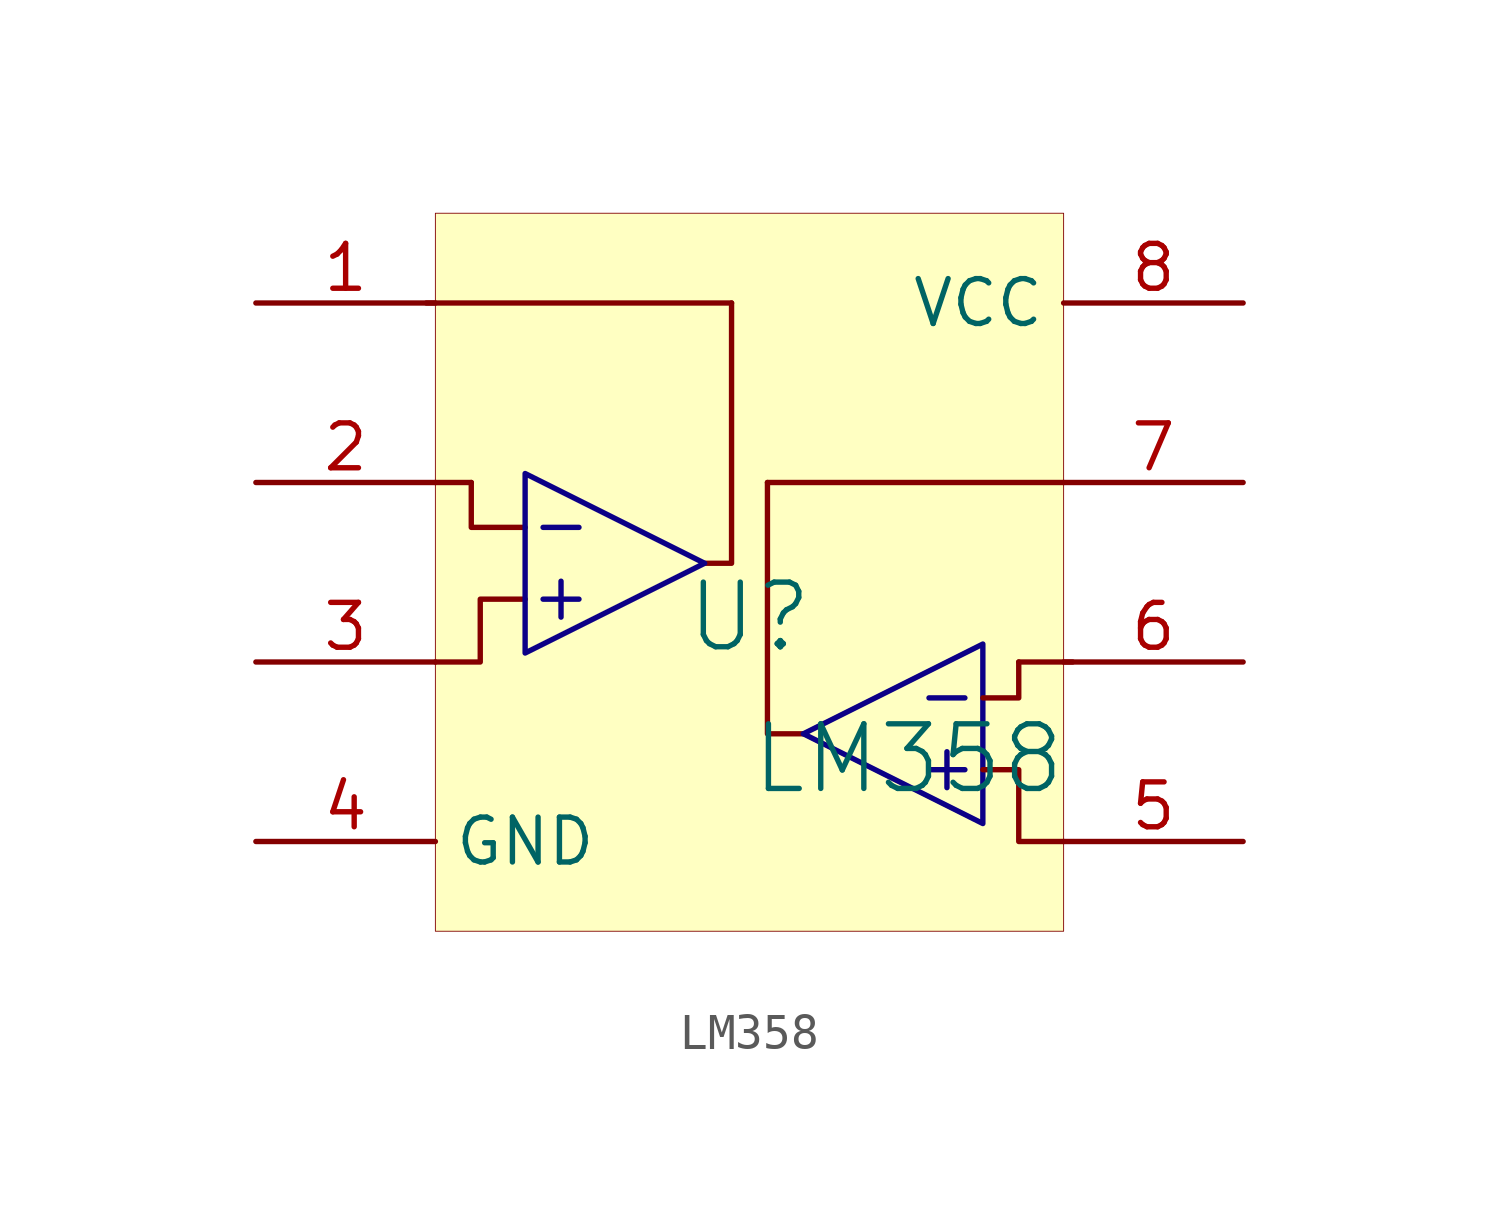
<source format=kicad_sym>
(kicad_symbol_lib
  (version 20241209)
  (generator "kicad_symbol_editor")
  (generator_version "9.0")
  (symbol "LM358"
    (property "Reference" "U"
      (at -1.27 1.27 0)
      (effects (font (size 1.829 1.829))))
    (property "Value" "LM358"
      (at -1.27 -3.81 0)
      (effects (font (size 1.829 1.829)) (justify left bottom)))
    (symbol "LM358_1_0"
      (polyline (pts (xy -10.414 10.16) (xy -1.778 10.16)) (stroke (width 0) (type solid)) (fill (type none)))
      (polyline (pts (xy -10.16 5.08) (xy -9.144 5.08)) (stroke (width 0) (type solid)) (fill (type none)))
      (polyline (pts (xy -7.62 3.81) (xy -9.144 3.81) (xy -9.144 5.08)) (stroke (width 0) (type solid)) (fill (type none)))
      (polyline (pts (xy -7.62 1.778) (xy -8.89 1.778) (xy -8.89 0) (xy -10.16 0)) (stroke (width 0) (type solid)) (fill (type none)))
      (polyline (pts (xy -7.112 3.81) (xy -6.096 3.81)) (stroke (width 0) (type solid) (color 12 0 135 1)) (fill (type none)))
      (polyline (pts (xy -7.112 1.778) (xy -6.096 1.778)) (stroke (width 0) (type solid) (color 12 0 135 1)) (fill (type none)))
      (polyline (pts (xy -6.604 1.27) (xy -6.604 2.286)) (stroke (width 0) (type solid) (color 12 0 135 1)) (fill (type none)))
      (polyline (pts (xy -2.54 2.794) (xy -1.778 2.794) (xy -1.778 10.16)) (stroke (width 0) (type solid)) (fill (type none)))
      (polyline (pts (xy -2.54 2.794) (xy -7.62 0.254) (xy -7.62 5.334) (xy -2.54 2.794)) (stroke (width 0) (type solid) (color 12 0 135 1)) (fill (type none)))
      (polyline (pts (xy 0.254 -2.032) (xy -0.762 -2.032) (xy -0.762 5.08)) (stroke (width 0) (type solid)) (fill (type none)))
      (polyline (pts (xy 0.254 -2.032) (xy 5.334 -4.572) (xy 5.334 0.508) (xy 0.254 -2.032)) (stroke (width 0) (type solid) (color 12 0 135 1)) (fill (type none)))
      (polyline (pts (xy 4.318 -3.556) (xy 4.318 -2.54)) (stroke (width 0) (type solid) (color 12 0 135 1)) (fill (type none)))
      (polyline (pts (xy 4.826 -1.016) (xy 3.81 -1.016)) (stroke (width 0) (type solid) (color 12 0 135 1)) (fill (type none)))
      (polyline (pts (xy 4.826 -3.048) (xy 3.81 -3.048)) (stroke (width 0) (type solid) (color 12 0 135 1)) (fill (type none)))
      (polyline (pts (xy 5.334 -1.016) (xy 6.35 -1.016) (xy 6.35 0)) (stroke (width 0) (type solid)) (fill (type none)))
      (polyline (pts (xy 5.334 -3.048) (xy 6.35 -3.048) (xy 6.35 -5.08) (xy 7.62 -5.08)) (stroke (width 0) (type solid)) (fill (type none)))
      (polyline (pts (xy 6.35 0) (xy 7.874 0)) (stroke (width 0) (type solid)) (fill (type none)))
      (rectangle (start 7.62 12.7) (end -10.16 -7.62) (stroke (width 0.025) (type solid) (color 128 0 0 1)) (fill (type background)))
      (polyline (pts (xy 7.62 5.08) (xy -0.762 5.08)) (stroke (width 0) (type solid)) (fill (type none)))
      (pin passive line (at -15.24 10.16 0) (length 5.08) (name "" (effects (font (size 1.27 1.27)))) (number "1" (effects (font (size 1.27 1.27)))))
      (pin passive line (at -15.24 5.08 0) (length 5.08) (name "" (effects (font (size 1.27 1.27)))) (number "2" (effects (font (size 1.27 1.27)))))
      (pin passive line (at -15.24 0 0) (length 5.08) (name "" (effects (font (size 1.27 1.27)))) (number "3" (effects (font (size 1.27 1.27)))))
      (pin passive line (at -15.24 -5.08 0) (length 5.08) (name "GND" (effects (font (size 1.27 1.27)))) (number "4" (effects (font (size 1.27 1.27)))))
      (pin passive line (at 12.7 10.16 180) (length 5.08) (name "VCC" (effects (font (size 1.27 1.27)))) (number "8" (effects (font (size 1.27 1.27)))))
      (pin passive line (at 12.7 5.08 180) (length 5.08) (name "" (effects (font (size 1.27 1.27)))) (number "7" (effects (font (size 1.27 1.27)))))
      (pin passive line (at 12.7 0 180) (length 5.08) (name "" (effects (font (size 1.27 1.27)))) (number "6" (effects (font (size 1.27 1.27)))))
      (pin passive line (at 12.7 -5.08 180) (length 5.08) (name "" (effects (font (size 1.27 1.27)))) (number "5" (effects (font (size 1.27 1.27))))))))
</source>
